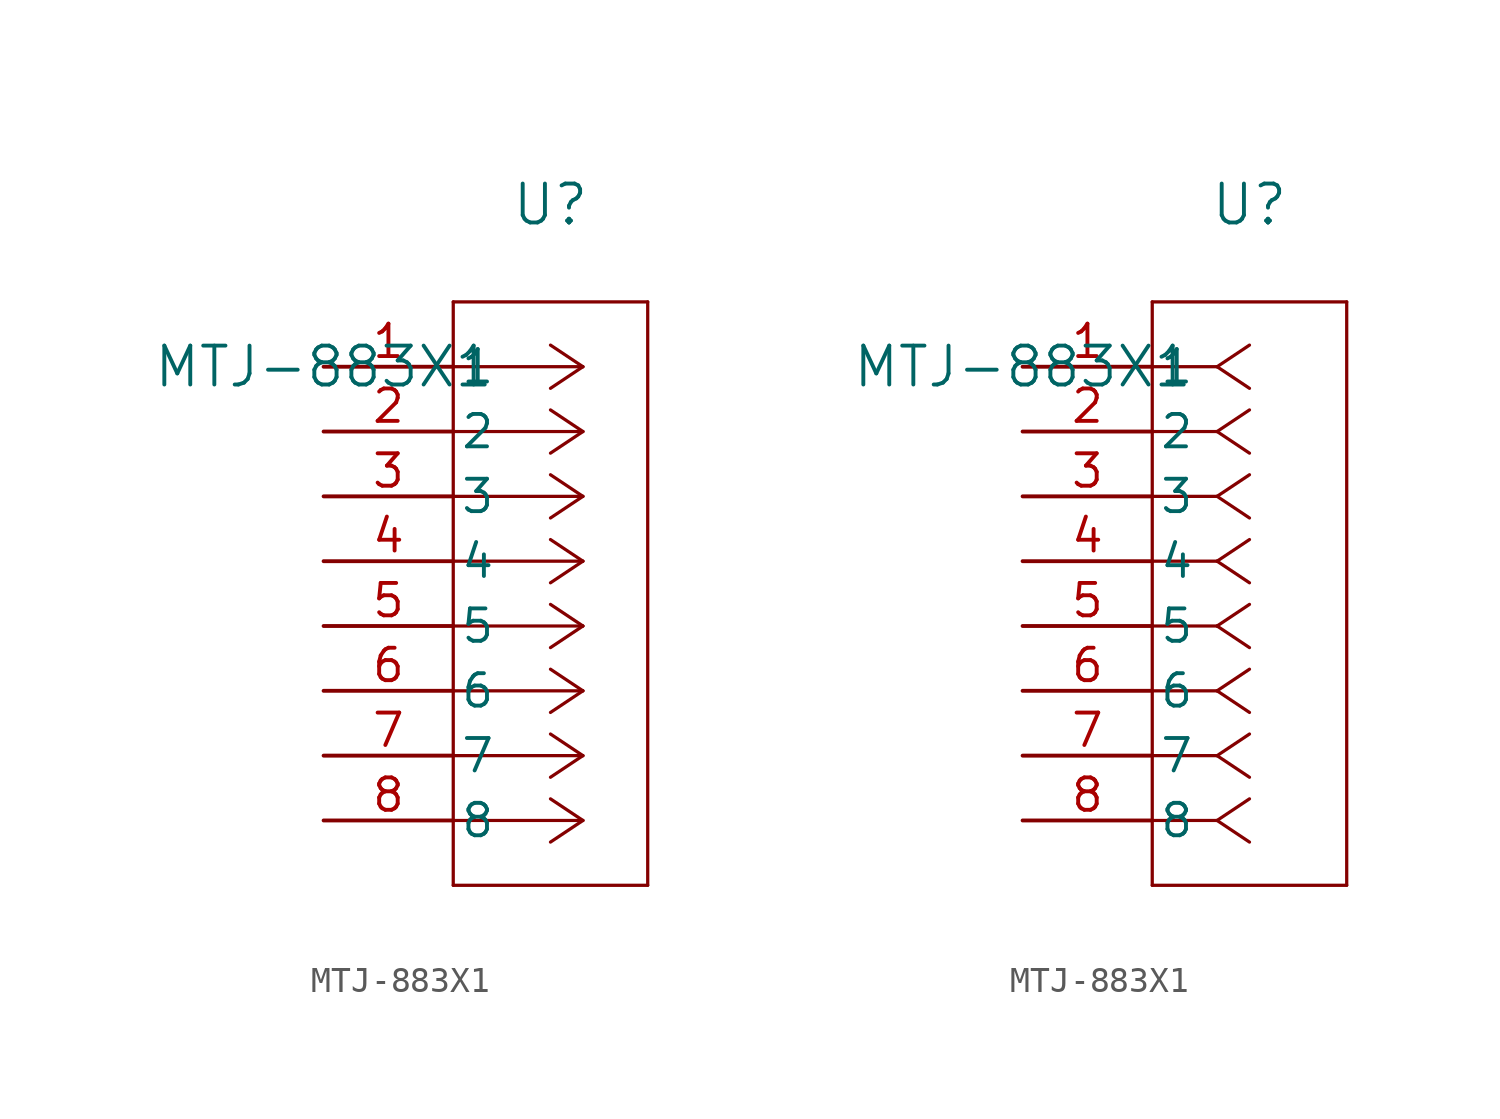
<source format=kicad_sym>
(kicad_symbol_lib
  (version 20211014)
  (generator kicad_symbol_editor)
  (symbol "MTJ-883X1"
    (pin_names
      (offset 0.254))
    (property "Reference" "U"
      (at 8.89 6.35 0)
      (effects (font (size 1.524 1.524))))
    (property "Value" "MTJ-883X1"
      (at 0 0 0)
      (effects (font (size 1.524 1.524))))
    (symbol "MTJ-883X1_1_1"
      (polyline (pts (xy 10.16 0) (xy 5.08 0)) (stroke (width 0.127) (type default) (color 0 0 0 0)) (fill (type none)))
      (polyline (pts (xy 10.16 -2.54) (xy 5.08 -2.54)) (stroke (width 0.127) (type default) (color 0 0 0 0)) (fill (type none)))
      (polyline (pts (xy 10.16 -5.08) (xy 5.08 -5.08)) (stroke (width 0.127) (type default) (color 0 0 0 0)) (fill (type none)))
      (polyline (pts (xy 10.16 -7.62) (xy 5.08 -7.62)) (stroke (width 0.127) (type default) (color 0 0 0 0)) (fill (type none)))
      (polyline (pts (xy 10.16 -10.16) (xy 5.08 -10.16)) (stroke (width 0.127) (type default) (color 0 0 0 0)) (fill (type none)))
      (polyline (pts (xy 10.16 -12.7) (xy 5.08 -12.7)) (stroke (width 0.127) (type default) (color 0 0 0 0)) (fill (type none)))
      (polyline (pts (xy 10.16 -15.24) (xy 5.08 -15.24)) (stroke (width 0.127) (type default) (color 0 0 0 0)) (fill (type none)))
      (polyline (pts (xy 10.16 -17.78) (xy 5.08 -17.78)) (stroke (width 0.127) (type default) (color 0 0 0 0)) (fill (type none)))
      (polyline (pts (xy 10.16 0) (xy 8.89 0.847)) (stroke (width 0.127) (type default) (color 0 0 0 0)) (fill (type none)))
      (polyline (pts (xy 10.16 -2.54) (xy 8.89 -1.693)) (stroke (width 0.127) (type default) (color 0 0 0 0)) (fill (type none)))
      (polyline (pts (xy 10.16 -5.08) (xy 8.89 -4.233)) (stroke (width 0.127) (type default) (color 0 0 0 0)) (fill (type none)))
      (polyline (pts (xy 10.16 -7.62) (xy 8.89 -6.773)) (stroke (width 0.127) (type default) (color 0 0 0 0)) (fill (type none)))
      (polyline (pts (xy 10.16 -10.16) (xy 8.89 -9.313)) (stroke (width 0.127) (type default) (color 0 0 0 0)) (fill (type none)))
      (polyline (pts (xy 10.16 -12.7) (xy 8.89 -11.853)) (stroke (width 0.127) (type default) (color 0 0 0 0)) (fill (type none)))
      (polyline (pts (xy 10.16 -15.24) (xy 8.89 -14.393)) (stroke (width 0.127) (type default) (color 0 0 0 0)) (fill (type none)))
      (polyline (pts (xy 10.16 -17.78) (xy 8.89 -16.933)) (stroke (width 0.127) (type default) (color 0 0 0 0)) (fill (type none)))
      (polyline (pts (xy 10.16 0) (xy 8.89 -0.847)) (stroke (width 0.127) (type default) (color 0 0 0 0)) (fill (type none)))
      (polyline (pts (xy 10.16 -2.54) (xy 8.89 -3.387)) (stroke (width 0.127) (type default) (color 0 0 0 0)) (fill (type none)))
      (polyline (pts (xy 10.16 -5.08) (xy 8.89 -5.927)) (stroke (width 0.127) (type default) (color 0 0 0 0)) (fill (type none)))
      (polyline (pts (xy 10.16 -7.62) (xy 8.89 -8.467)) (stroke (width 0.127) (type default) (color 0 0 0 0)) (fill (type none)))
      (polyline (pts (xy 10.16 -10.16) (xy 8.89 -11.007)) (stroke (width 0.127) (type default) (color 0 0 0 0)) (fill (type none)))
      (polyline (pts (xy 10.16 -12.7) (xy 8.89 -13.547)) (stroke (width 0.127) (type default) (color 0 0 0 0)) (fill (type none)))
      (polyline (pts (xy 10.16 -15.24) (xy 8.89 -16.087)) (stroke (width 0.127) (type default) (color 0 0 0 0)) (fill (type none)))
      (polyline (pts (xy 10.16 -17.78) (xy 8.89 -18.627)) (stroke (width 0.127) (type default) (color 0 0 0 0)) (fill (type none)))
      (polyline (pts (xy 5.08 2.54) (xy 5.08 -20.32)) (stroke (width 0.127) (type default) (color 0 0 0 0)) (fill (type none)))
      (polyline (pts (xy 5.08 -20.32) (xy 12.7 -20.32)) (stroke (width 0.127) (type default) (color 0 0 0 0)) (fill (type none)))
      (polyline (pts (xy 12.7 -20.32) (xy 12.7 2.54)) (stroke (width 0.127) (type default) (color 0 0 0 0)) (fill (type none)))
      (polyline (pts (xy 12.7 2.54) (xy 5.08 2.54)) (stroke (width 0.127) (type default) (color 0 0 0 0)) (fill (type none)))
      (pin unspecified line (at 0 0 0) (length 5.08) (name "1" (effects (font (size 1.27 1.27)))) (number "1" (effects (font (size 1.27 1.27)))))
      (pin unspecified line (at 0 -2.54 0) (length 5.08) (name "2" (effects (font (size 1.27 1.27)))) (number "2" (effects (font (size 1.27 1.27)))))
      (pin unspecified line (at 0 -5.08 0) (length 5.08) (name "3" (effects (font (size 1.27 1.27)))) (number "3" (effects (font (size 1.27 1.27)))))
      (pin unspecified line (at 0 -7.62 0) (length 5.08) (name "4" (effects (font (size 1.27 1.27)))) (number "4" (effects (font (size 1.27 1.27)))))
      (pin unspecified line (at 0 -10.16 0) (length 5.08) (name "5" (effects (font (size 1.27 1.27)))) (number "5" (effects (font (size 1.27 1.27)))))
      (pin unspecified line (at 0 -12.7 0) (length 5.08) (name "6" (effects (font (size 1.27 1.27)))) (number "6" (effects (font (size 1.27 1.27)))))
      (pin unspecified line (at 0 -15.24 0) (length 5.08) (name "7" (effects (font (size 1.27 1.27)))) (number "7" (effects (font (size 1.27 1.27)))))
      (pin unspecified line (at 0 -17.78 0) (length 5.08) (name "8" (effects (font (size 1.27 1.27)))) (number "8" (effects (font (size 1.27 1.27))))))
    (symbol "MTJ-883X1_1_2"
      (polyline (pts (xy 7.62 0) (xy 5.08 0)) (stroke (width 0.127) (type default) (color 0 0 0 0)) (fill (type none)))
      (polyline (pts (xy 7.62 -2.54) (xy 5.08 -2.54)) (stroke (width 0.127) (type default) (color 0 0 0 0)) (fill (type none)))
      (polyline (pts (xy 7.62 -5.08) (xy 5.08 -5.08)) (stroke (width 0.127) (type default) (color 0 0 0 0)) (fill (type none)))
      (polyline (pts (xy 7.62 -7.62) (xy 5.08 -7.62)) (stroke (width 0.127) (type default) (color 0 0 0 0)) (fill (type none)))
      (polyline (pts (xy 7.62 -10.16) (xy 5.08 -10.16)) (stroke (width 0.127) (type default) (color 0 0 0 0)) (fill (type none)))
      (polyline (pts (xy 7.62 -12.7) (xy 5.08 -12.7)) (stroke (width 0.127) (type default) (color 0 0 0 0)) (fill (type none)))
      (polyline (pts (xy 7.62 -15.24) (xy 5.08 -15.24)) (stroke (width 0.127) (type default) (color 0 0 0 0)) (fill (type none)))
      (polyline (pts (xy 7.62 -17.78) (xy 5.08 -17.78)) (stroke (width 0.127) (type default) (color 0 0 0 0)) (fill (type none)))
      (polyline (pts (xy 7.62 0) (xy 8.89 0.847)) (stroke (width 0.127) (type default) (color 0 0 0 0)) (fill (type none)))
      (polyline (pts (xy 7.62 -2.54) (xy 8.89 -1.693)) (stroke (width 0.127) (type default) (color 0 0 0 0)) (fill (type none)))
      (polyline (pts (xy 7.62 -5.08) (xy 8.89 -4.233)) (stroke (width 0.127) (type default) (color 0 0 0 0)) (fill (type none)))
      (polyline (pts (xy 7.62 -7.62) (xy 8.89 -6.773)) (stroke (width 0.127) (type default) (color 0 0 0 0)) (fill (type none)))
      (polyline (pts (xy 7.62 -10.16) (xy 8.89 -9.313)) (stroke (width 0.127) (type default) (color 0 0 0 0)) (fill (type none)))
      (polyline (pts (xy 7.62 -12.7) (xy 8.89 -11.853)) (stroke (width 0.127) (type default) (color 0 0 0 0)) (fill (type none)))
      (polyline (pts (xy 7.62 -15.24) (xy 8.89 -14.393)) (stroke (width 0.127) (type default) (color 0 0 0 0)) (fill (type none)))
      (polyline (pts (xy 7.62 -17.78) (xy 8.89 -16.933)) (stroke (width 0.127) (type default) (color 0 0 0 0)) (fill (type none)))
      (polyline (pts (xy 7.62 0) (xy 8.89 -0.847)) (stroke (width 0.127) (type default) (color 0 0 0 0)) (fill (type none)))
      (polyline (pts (xy 7.62 -2.54) (xy 8.89 -3.387)) (stroke (width 0.127) (type default) (color 0 0 0 0)) (fill (type none)))
      (polyline (pts (xy 7.62 -5.08) (xy 8.89 -5.927)) (stroke (width 0.127) (type default) (color 0 0 0 0)) (fill (type none)))
      (polyline (pts (xy 7.62 -7.62) (xy 8.89 -8.467)) (stroke (width 0.127) (type default) (color 0 0 0 0)) (fill (type none)))
      (polyline (pts (xy 7.62 -10.16) (xy 8.89 -11.007)) (stroke (width 0.127) (type default) (color 0 0 0 0)) (fill (type none)))
      (polyline (pts (xy 7.62 -12.7) (xy 8.89 -13.547)) (stroke (width 0.127) (type default) (color 0 0 0 0)) (fill (type none)))
      (polyline (pts (xy 7.62 -15.24) (xy 8.89 -16.087)) (stroke (width 0.127) (type default) (color 0 0 0 0)) (fill (type none)))
      (polyline (pts (xy 7.62 -17.78) (xy 8.89 -18.627)) (stroke (width 0.127) (type default) (color 0 0 0 0)) (fill (type none)))
      (polyline (pts (xy 5.08 2.54) (xy 5.08 -20.32)) (stroke (width 0.127) (type default) (color 0 0 0 0)) (fill (type none)))
      (polyline (pts (xy 5.08 -20.32) (xy 12.7 -20.32)) (stroke (width 0.127) (type default) (color 0 0 0 0)) (fill (type none)))
      (polyline (pts (xy 12.7 -20.32) (xy 12.7 2.54)) (stroke (width 0.127) (type default) (color 0 0 0 0)) (fill (type none)))
      (polyline (pts (xy 12.7 2.54) (xy 5.08 2.54)) (stroke (width 0.127) (type default) (color 0 0 0 0)) (fill (type none)))
      (pin unspecified line (at 0 0 0) (length 5.08) (name "1" (effects (font (size 1.27 1.27)))) (number "1" (effects (font (size 1.27 1.27)))))
      (pin unspecified line (at 0 -2.54 0) (length 5.08) (name "2" (effects (font (size 1.27 1.27)))) (number "2" (effects (font (size 1.27 1.27)))))
      (pin unspecified line (at 0 -5.08 0) (length 5.08) (name "3" (effects (font (size 1.27 1.27)))) (number "3" (effects (font (size 1.27 1.27)))))
      (pin unspecified line (at 0 -7.62 0) (length 5.08) (name "4" (effects (font (size 1.27 1.27)))) (number "4" (effects (font (size 1.27 1.27)))))
      (pin unspecified line (at 0 -10.16 0) (length 5.08) (name "5" (effects (font (size 1.27 1.27)))) (number "5" (effects (font (size 1.27 1.27)))))
      (pin unspecified line (at 0 -12.7 0) (length 5.08) (name "6" (effects (font (size 1.27 1.27)))) (number "6" (effects (font (size 1.27 1.27)))))
      (pin unspecified line (at 0 -15.24 0) (length 5.08) (name "7" (effects (font (size 1.27 1.27)))) (number "7" (effects (font (size 1.27 1.27)))))
      (pin unspecified line (at 0 -17.78 0) (length 5.08) (name "8" (effects (font (size 1.27 1.27)))) (number "8" (effects (font (size 1.27 1.27))))))))
</source>
